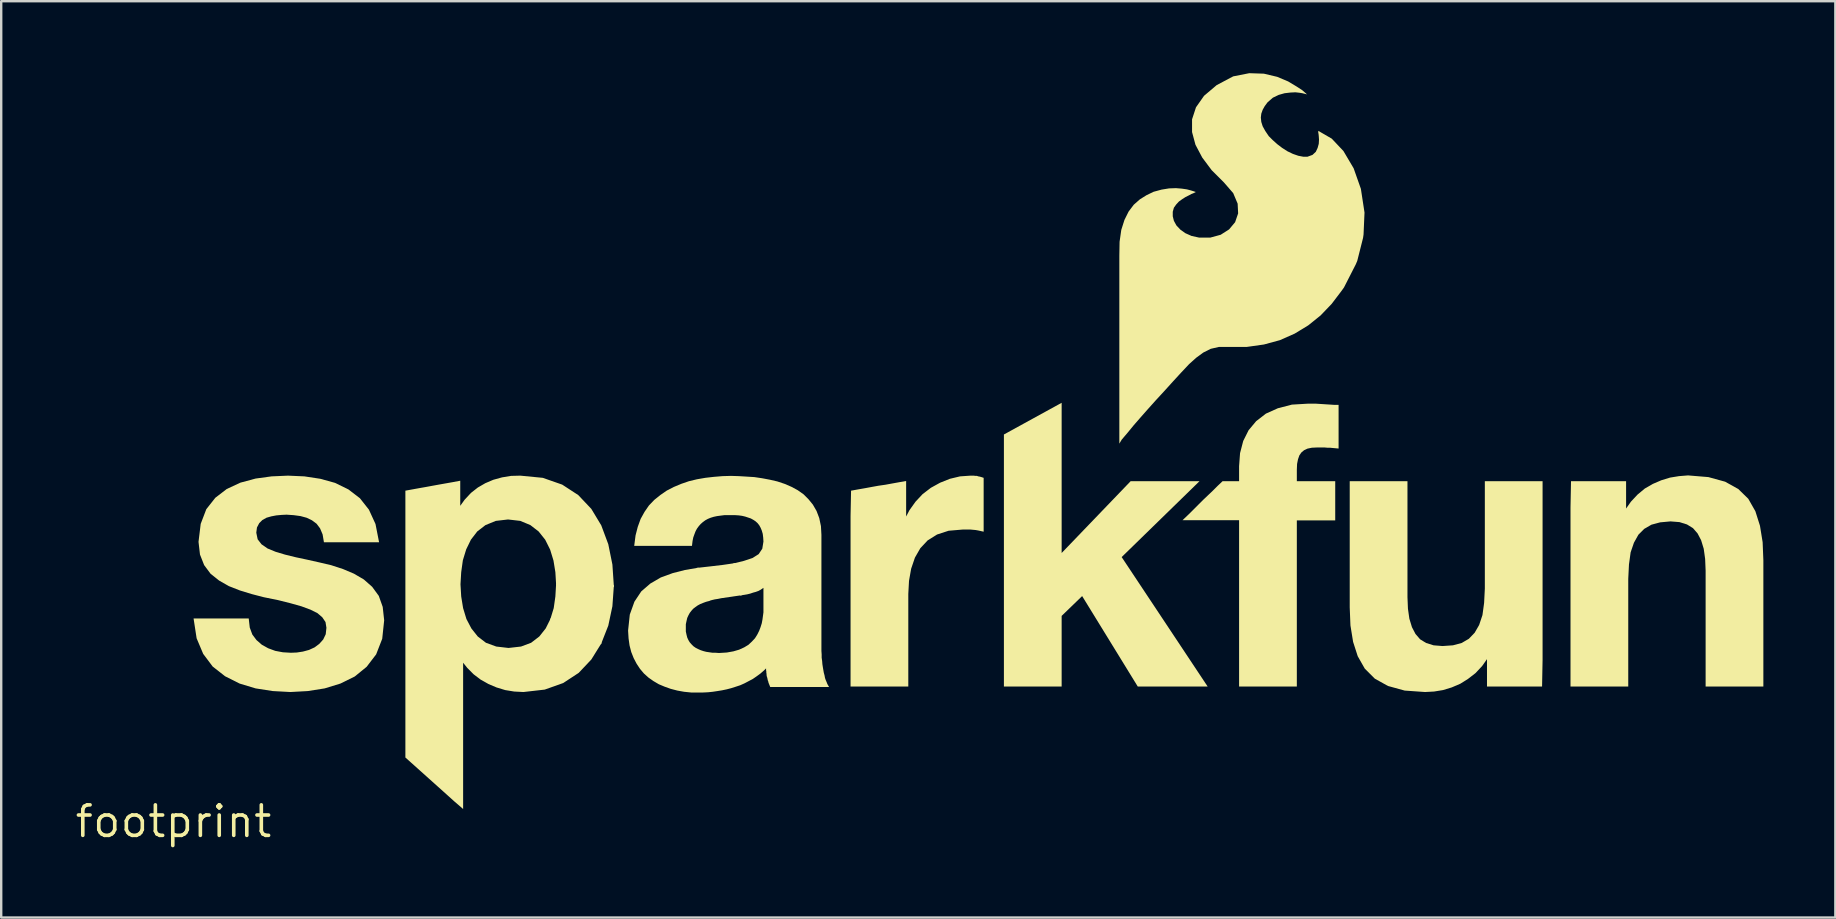
<source format=kicad_pcb>
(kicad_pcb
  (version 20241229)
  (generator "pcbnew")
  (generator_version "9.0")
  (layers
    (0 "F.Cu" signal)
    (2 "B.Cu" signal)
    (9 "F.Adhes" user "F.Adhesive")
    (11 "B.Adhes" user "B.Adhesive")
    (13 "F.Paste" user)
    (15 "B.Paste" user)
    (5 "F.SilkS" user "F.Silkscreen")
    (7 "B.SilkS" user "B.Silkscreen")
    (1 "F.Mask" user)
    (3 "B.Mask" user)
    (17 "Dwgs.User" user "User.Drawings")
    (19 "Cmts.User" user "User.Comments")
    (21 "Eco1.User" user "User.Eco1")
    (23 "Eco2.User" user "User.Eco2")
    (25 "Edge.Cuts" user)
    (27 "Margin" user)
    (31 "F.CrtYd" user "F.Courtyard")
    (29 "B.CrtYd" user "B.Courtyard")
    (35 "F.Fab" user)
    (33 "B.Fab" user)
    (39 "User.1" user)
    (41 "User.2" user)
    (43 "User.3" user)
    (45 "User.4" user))
  (footprint "footprint"
    (layer "F.Cu")
    (at 4.18 31.178)
    (property "Reference" "footprint" (at 0 0 0) (layer "F.SilkS") (effects (font (size 1.27 1.27) (thickness 0.15))))
    (fp_poly (pts (xy 18.351 -9.847) (xy 18.288 -8.965) (xy 18.117 -8.159) (xy 17.81 -7.378) (xy 15.694 -8.4) (xy 15.843 -8.888) (xy 15.912 -9.374) (xy 15.944 -9.919)) (stroke (width 0) (type solid)) (fill yes) (layer "F.SilkS"))
    (fp_poly (pts (xy 37.008 -11.185) (xy 39.884 -14.178) (xy 42.754 -14.178) (xy 39.509 -11.015) (xy 43.091 -5.622) (xy 40.179 -5.622) (xy 37.862 -9.39) (xy 37.008 -8.564) (xy 37.008 -5.622) (xy 34.602 -5.622) (xy 34.602 -16.123) (xy 37.008 -17.444)) (stroke (width 0) (type solid)) (fill yes) (layer "F.SilkS"))
    (fp_poly (pts (xy 23.696 -9.428) (xy 23.515 -9.402) (xy 23.376 -9.382) (xy 23.246 -9.362) (xy 22.827 -9.302) (xy 22.687 -9.273) (xy 22.557 -9.253) (xy 22.43 -9.223) (xy 22.266 -9.173) (xy 21.799 -10.563) (xy 22.376 -10.628) (xy 22.885 -10.688) (xy 23.4 -10.763)) (stroke (width 0) (type solid)) (fill yes) (layer "F.SilkS"))
    (fp_poly (pts (xy 51.418 -9.351) (xy 51.438 -8.863) (xy 51.497 -8.448) (xy 51.605 -8.094) (xy 51.752 -7.812) (xy 51.945 -7.589) (xy 52.196 -7.435) (xy 52.507 -7.338) (xy 52.88 -7.308) (xy 53.314 -7.338) (xy 53.675 -7.435) (xy 53.976 -7.61) (xy 54.219 -7.863) (xy 54.405 -8.186) (xy 54.543 -8.599) (xy 54.612 -9.104) (xy 54.642 -9.701) (xy 54.642 -14.178) (xy 57.048 -14.178) (xy 57.048 -6.72) (xy 57.027 -5.622) (xy 54.732 -5.622) (xy 54.732 -6.762) (xy 54.53 -6.476) (xy 54.256 -6.182) (xy 53.942 -5.939) (xy 53.618 -5.736) (xy 53.263 -5.584) (xy 52.899 -5.473) (xy 52.524 -5.412) (xy 52.15 -5.392) (xy 51.304 -5.452) (xy 50.605 -5.644) (xy 50.057 -5.949) (xy 49.639 -6.367) (xy 49.345 -6.885) (xy 49.153 -7.481) (xy 49.042 -8.166) (xy 49.012 -8.919) (xy 49.012 -14.178) (xy 51.418 -14.178)) (stroke (width 0) (type solid)) (fill yes) (layer "F.SilkS"))
    (fp_poly (pts (xy 63.957 -14.348) (xy 64.655 -14.156) (xy 65.203 -13.851) (xy 65.62 -13.444) (xy 65.915 -12.925) (xy 66.107 -12.319) (xy 66.218 -11.634) (xy 66.248 -10.881) (xy 66.248 -5.622) (xy 63.842 -5.622) (xy 63.842 -10.449) (xy 63.822 -10.937) (xy 63.763 -11.362) (xy 63.655 -11.716) (xy 63.508 -11.998) (xy 63.315 -12.221) (xy 63.064 -12.375) (xy 62.753 -12.472) (xy 62.38 -12.502) (xy 61.947 -12.462) (xy 61.585 -12.365) (xy 61.283 -12.19) (xy 61.041 -11.947) (xy 60.855 -11.614) (xy 60.717 -11.211) (xy 60.648 -10.706) (xy 60.618 -10.109) (xy 60.618 -5.622) (xy 58.212 -5.622) (xy 58.212 -13.09) (xy 58.233 -14.178) (xy 60.528 -14.178) (xy 60.528 -13.038) (xy 60.73 -13.324) (xy 61.004 -13.618) (xy 61.308 -13.871) (xy 61.643 -14.064) (xy 61.997 -14.216) (xy 62.361 -14.327) (xy 62.735 -14.388) (xy 63.11 -14.418)) (stroke (width 0) (type solid)) (fill yes) (layer "F.SilkS"))
    (fp_poly (pts (xy 33.413 -14.398) (xy 33.476 -14.398) (xy 33.539 -14.377) (xy 33.598 -14.367) (xy 33.671 -14.346) (xy 33.758 -14.317) (xy 33.758 -12.073) (xy 33.622 -12.103) (xy 33.532 -12.123) (xy 33.425 -12.142) (xy 33.208 -12.162) (xy 32.882 -12.162) (xy 32.298 -12.112) (xy 31.816 -11.955) (xy 31.424 -11.71) (xy 31.121 -11.387) (xy 30.895 -10.994) (xy 30.737 -10.53) (xy 30.648 -10.026) (xy 30.618 -9.479) (xy 30.618 -5.622) (xy 28.212 -5.622) (xy 28.212 -12.73) (xy 28.233 -13.782) (xy 28.543 -13.838) (xy 28.823 -13.887) (xy 29.093 -13.937) (xy 29.374 -13.988) (xy 29.654 -14.028) (xy 29.923 -14.077) (xy 30.203 -14.128) (xy 30.528 -14.186) (xy 30.528 -12.705) (xy 30.667 -12.97) (xy 30.92 -13.324) (xy 31.214 -13.638) (xy 31.559 -13.902) (xy 31.944 -14.114) (xy 32.348 -14.276) (xy 32.774 -14.378) (xy 33.209 -14.408) (xy 33.343 -14.408)) (stroke (width 0) (type solid)) (fill yes) (layer "F.SilkS"))
    (fp_poly (pts (xy 47.742 -17.398) (xy 47.902 -17.388) (xy 48.052 -17.378) (xy 48.212 -17.368) (xy 48.361 -17.358) (xy 48.548 -17.358) (xy 48.548 -15.538) (xy 48.397 -15.552) (xy 48.286 -15.562) (xy 48.188 -15.572) (xy 48.078 -15.572) (xy 47.968 -15.582) (xy 47.651 -15.582) (xy 47.435 -15.572) (xy 47.252 -15.534) (xy 47.111 -15.468) (xy 46.998 -15.374) (xy 46.914 -15.253) (xy 46.857 -15.09) (xy 46.818 -14.895) (xy 46.808 -14.649) (xy 46.808 -14.178) (xy 48.408 -14.178) (xy 48.408 -12.542) (xy 46.808 -12.542) (xy 46.808 -5.622) (xy 44.402 -5.622) (xy 44.402 -12.552) (xy 42.045 -12.552) (xy 42.313 -12.807) (xy 42.703 -13.197) (xy 42.903 -13.397) (xy 43.104 -13.588) (xy 43.303 -13.777) (xy 43.503 -13.977) (xy 43.715 -14.178) (xy 44.402 -14.178) (xy 44.402 -14.801) (xy 44.442 -15.346) (xy 44.574 -15.853) (xy 44.798 -16.301) (xy 45.113 -16.678) (xy 45.52 -16.993) (xy 46.017 -17.216) (xy 46.604 -17.368) (xy 47.279 -17.408) (xy 47.591 -17.408)) (stroke (width 0) (type solid)) (fill yes) (layer "F.SilkS"))
    (fp_poly (pts (xy 15.388 -14.317) (xy 16.197 -14.034) (xy 16.865 -13.599) (xy 17.41 -13.023) (xy 17.824 -12.337) (xy 18.117 -11.55) (xy 18.288 -10.705) (xy 18.351 -9.771) (xy 15.944 -9.843) (xy 15.912 -10.386) (xy 15.833 -10.871) (xy 15.694 -11.326) (xy 15.488 -11.739) (xy 15.213 -12.083) (xy 14.871 -12.347) (xy 14.45 -12.523) (xy 13.94 -12.582) (xy 13.43 -12.523) (xy 12.999 -12.347) (xy 12.657 -12.083) (xy 12.393 -11.74) (xy 12.196 -11.336) (xy 12.057 -10.882) (xy 11.988 -10.386) (xy 11.958 -9.88) (xy 11.988 -9.374) (xy 12.067 -8.889) (xy 12.205 -8.435) (xy 12.412 -8.041) (xy 12.677 -7.707) (xy 13.019 -7.444) (xy 13.449 -7.287) (xy 13.96 -7.228) (xy 14.481 -7.287) (xy 14.901 -7.444) (xy 15.243 -7.707) (xy 15.508 -8.041) (xy 15.723 -8.471) (xy 17.845 -7.446) (xy 17.41 -6.747) (xy 16.885 -6.191) (xy 16.237 -5.766) (xy 15.469 -5.493) (xy 14.581 -5.392) (xy 14.196 -5.412) (xy 13.821 -5.473) (xy 13.457 -5.584) (xy 13.123 -5.726) (xy 12.799 -5.908) (xy 12.505 -6.131) (xy 12.242 -6.395) (xy 12.068 -6.613) (xy 12.068 -0.517) (xy 11.705 -0.831) (xy 11.415 -1.092) (xy 9.965 -2.392) (xy 9.662 -2.663) (xy 9.662 -13.782) (xy 9.963 -13.837) (xy 10.243 -13.888) (xy 10.523 -13.937) (xy 10.793 -13.987) (xy 11.073 -14.038) (xy 11.633 -14.137) (xy 11.948 -14.196) (xy 11.948 -13.15) (xy 12.13 -13.404) (xy 12.394 -13.688) (xy 12.679 -13.912) (xy 12.993 -14.094) (xy 13.327 -14.236) (xy 13.692 -14.337) (xy 14.066 -14.398) (xy 14.451 -14.408)) (stroke (width 0) (type solid)) (fill yes) (layer "F.SilkS"))
    (fp_poly (pts (xy 5.454 -14.378) (xy 6.118 -14.277) (xy 6.734 -14.106) (xy 7.29 -13.833) (xy 7.767 -13.467) (xy 8.143 -12.99) (xy 8.417 -12.392) (xy 8.566 -11.632) (xy 6.268 -11.632) (xy 6.213 -11.959) (xy 6.107 -12.211) (xy 5.963 -12.403) (xy 5.77 -12.547) (xy 5.547 -12.654) (xy 5.292 -12.723) (xy 5.006 -12.762) (xy 4.71 -12.782) (xy 4.503 -12.772) (xy 4.285 -12.752) (xy 4.079 -12.713) (xy 3.875 -12.655) (xy 3.703 -12.559) (xy 3.571 -12.427) (xy 3.477 -12.248) (xy 3.449 -12.031) (xy 3.506 -11.756) (xy 3.667 -11.548) (xy 3.918 -11.374) (xy 4.253 -11.236) (xy 4.65 -11.117) (xy 5.098 -11.007) (xy 5.568 -10.907) (xy 6.059 -10.797) (xy 6.57 -10.677) (xy 7.063 -10.516) (xy 7.517 -10.324) (xy 7.932 -10.081) (xy 8.278 -9.776) (xy 8.554 -9.398) (xy 8.717 -8.939) (xy 8.778 -8.38) (xy 8.697 -7.611) (xy 8.444 -6.961) (xy 8.048 -6.443) (xy 7.551 -6.038) (xy 6.954 -5.744) (xy 6.299 -5.543) (xy 5.594 -5.432) (xy 4.87 -5.392) (xy 4.136 -5.432) (xy 3.422 -5.543) (xy 2.756 -5.744) (xy 2.15 -6.048) (xy 1.633 -6.453) (xy 1.237 -6.981) (xy 0.963 -7.63) (xy 0.836 -8.458) (xy 3.134 -8.458) (xy 3.177 -8.079) (xy 3.284 -7.788) (xy 3.458 -7.556) (xy 3.682 -7.361) (xy 3.946 -7.215) (xy 4.24 -7.107) (xy 4.555 -7.048) (xy 4.89 -7.028) (xy 5.136 -7.038) (xy 5.392 -7.077) (xy 5.647 -7.146) (xy 5.88 -7.253) (xy 6.074 -7.398) (xy 6.238 -7.581) (xy 6.343 -7.801) (xy 6.372 -8.069) (xy 6.334 -8.306) (xy 6.201 -8.504) (xy 5.999 -8.678) (xy 5.705 -8.825) (xy 5.328 -8.964) (xy 4.87 -9.093) (xy 4.352 -9.223) (xy 3.761 -9.343) (xy 3.26 -9.473) (xy 2.767 -9.624) (xy 2.303 -9.806) (xy 1.898 -10.038) (xy 1.542 -10.323) (xy 1.276 -10.681) (xy 1.103 -11.121) (xy 1.042 -11.65) (xy 1.133 -12.399) (xy 1.366 -13.009) (xy 1.743 -13.487) (xy 2.22 -13.853) (xy 2.787 -14.116) (xy 3.422 -14.287) (xy 4.087 -14.378) (xy 4.77 -14.408)) (stroke (width 0) (type solid)) (fill yes) (layer "F.SilkS"))
    (fp_poly (pts (xy 45.435 -31.158) (xy 45.992 -31.026) (xy 46.447 -30.834) (xy 46.8 -30.622) (xy 47.033 -30.47) (xy 47.234 -30.295) (xy 47.042 -30.343) (xy 46.925 -30.362) (xy 46.749 -30.382) (xy 46.543 -30.372) (xy 46.297 -30.343) (xy 46.053 -30.274) (xy 45.811 -30.158) (xy 45.588 -29.964) (xy 45.472 -29.809) (xy 45.385 -29.654) (xy 45.327 -29.491) (xy 45.308 -29.33) (xy 45.327 -29.148) (xy 45.385 -28.965) (xy 45.493 -28.77) (xy 45.639 -28.554) (xy 45.806 -28.388) (xy 45.994 -28.219) (xy 46.202 -28.061) (xy 46.419 -27.923) (xy 46.645 -27.815) (xy 46.87 -27.737) (xy 47.074 -27.698) (xy 47.253 -27.698) (xy 47.46 -27.773) (xy 47.599 -27.903) (xy 47.674 -28.063) (xy 47.722 -28.236) (xy 47.732 -28.41) (xy 47.722 -28.557) (xy 47.712 -28.653) (xy 47.702 -28.695) (xy 47.702 -28.776) (xy 48.264 -28.45) (xy 48.751 -27.933) (xy 49.175 -27.216) (xy 49.477 -26.359) (xy 49.628 -25.372) (xy 49.588 -24.456) (xy 49.567 -24.313) (xy 49.326 -23.358) (xy 49.265 -23.214) (xy 48.773 -22.25) (xy 48.671 -22.107) (xy 48.259 -21.565) (xy 47.796 -21.082) (xy 47.282 -20.669) (xy 46.718 -20.326) (xy 46.103 -20.054) (xy 45.438 -19.873) (xy 44.723 -19.772) (xy 43.564 -19.772) (xy 43.223 -19.694) (xy 42.91 -19.537) (xy 42.614 -19.32) (xy 42.317 -19.053) (xy 41.998 -18.714) (xy 41.658 -18.344) (xy 41.278 -17.924) (xy 40.918 -17.534) (xy 40.588 -17.165) (xy 40.279 -16.815) (xy 40.009 -16.505) (xy 39.789 -16.236) (xy 39.619 -16.035) (xy 39.511 -15.908) (xy 39.412 -15.742) (xy 39.412 -23.57) (xy 39.422 -24.153) (xy 39.493 -24.649) (xy 39.625 -25.064) (xy 39.797 -25.41) (xy 40.012 -25.696) (xy 40.267 -25.921) (xy 40.542 -26.093) (xy 40.837 -26.236) (xy 41.172 -26.327) (xy 41.486 -26.378) (xy 41.771 -26.388) (xy 42.014 -26.368) (xy 42.228 -26.337) (xy 42.38 -26.297) (xy 42.482 -26.266) (xy 42.599 -26.227) (xy 42.495 -26.175) (xy 42.416 -26.145) (xy 42.308 -26.086) (xy 42.169 -26.017) (xy 42.031 -25.928) (xy 41.895 -25.831) (xy 41.78 -25.706) (xy 41.685 -25.573) (xy 41.638 -25.405) (xy 41.638 -25.215) (xy 41.686 -25.024) (xy 41.791 -24.833) (xy 41.955 -24.659) (xy 42.159 -24.513) (xy 42.422 -24.396) (xy 42.734 -24.328) (xy 43.205 -24.328) (xy 43.634 -24.445) (xy 43.985 -24.669) (xy 44.236 -24.969) (xy 44.362 -25.335) (xy 44.342 -25.741) (xy 44.157 -26.18) (xy 43.772 -26.624) (xy 43.261 -27.135) (xy 42.868 -27.66) (xy 42.584 -28.196) (xy 42.442 -28.725) (xy 42.442 -29.256) (xy 42.606 -29.757) (xy 42.942 -30.236) (xy 43.469 -30.682) (xy 44.157 -31.046) (xy 44.827 -31.178)) (stroke (width 0) (type solid)) (fill yes) (layer "F.SilkS"))
    (fp_poly (pts (xy 23.552 -14.388) (xy 23.882 -14.368) (xy 24.204 -14.348) (xy 24.536 -14.298) (xy 24.858 -14.237) (xy 25.16 -14.167) (xy 25.464 -14.066) (xy 25.747 -13.944) (xy 26.01 -13.802) (xy 26.255 -13.629) (xy 26.458 -13.426) (xy 26.641 -13.202) (xy 26.795 -12.936) (xy 26.907 -12.641) (xy 26.978 -12.305) (xy 26.998 -11.941) (xy 26.998 -7.101) (xy 27.008 -6.961) (xy 27.008 -6.823) (xy 27.028 -6.684) (xy 27.038 -6.554) (xy 27.058 -6.426) (xy 27.078 -6.306) (xy 27.097 -6.198) (xy 27.127 -6.088) (xy 27.147 -5.979) (xy 27.176 -5.894) (xy 27.215 -5.804) (xy 27.245 -5.726) (xy 27.316 -5.602) (xy 24.864 -5.602) (xy 24.815 -5.726) (xy 24.793 -5.779) (xy 24.783 -5.829) (xy 24.763 -5.879) (xy 24.743 -5.98) (xy 24.723 -6.04) (xy 24.712 -6.096) (xy 24.712 -6.146) (xy 24.702 -6.196) (xy 24.702 -6.247) (xy 24.692 -6.307) (xy 24.692 -6.378) (xy 24.606 -6.292) (xy 24.454 -6.16) (xy 24.302 -6.049) (xy 24.14 -5.937) (xy 23.968 -5.846) (xy 23.797 -5.756) (xy 23.614 -5.674) (xy 23.432 -5.614) (xy 23.241 -5.553) (xy 23.049 -5.503) (xy 22.857 -5.463) (xy 22.666 -5.432) (xy 22.465 -5.402) (xy 22.273 -5.382) (xy 22.071 -5.372) (xy 21.568 -5.372) (xy 21.275 -5.402) (xy 20.992 -5.453) (xy 20.719 -5.524) (xy 20.466 -5.614) (xy 20.223 -5.716) (xy 19.999 -5.848) (xy 19.796 -5.99) (xy 19.603 -6.163) (xy 19.439 -6.357) (xy 19.297 -6.571) (xy 19.175 -6.804) (xy 19.074 -7.058) (xy 19.003 -7.333) (xy 18.962 -7.626) (xy 18.942 -7.951) (xy 19.013 -8.619) (xy 19.206 -9.157) (xy 19.491 -9.585) (xy 19.868 -9.911) (xy 20.304 -10.165) (xy 20.799 -10.346) (xy 21.312 -10.477) (xy 21.876 -10.573) (xy 22.339 -9.195) (xy 22.172 -9.144) (xy 22.064 -9.104) (xy 21.946 -9.056) (xy 21.84 -8.998) (xy 21.743 -8.929) (xy 21.656 -8.862) (xy 21.579 -8.776) (xy 21.512 -8.689) (xy 21.454 -8.583) (xy 21.406 -8.478) (xy 21.377 -8.352) (xy 21.348 -8.216) (xy 21.348 -7.914) (xy 21.377 -7.779) (xy 21.406 -7.663) (xy 21.454 -7.558) (xy 21.511 -7.463) (xy 21.588 -7.376) (xy 21.665 -7.299) (xy 21.76 -7.233) (xy 21.856 -7.184) (xy 21.964 -7.136) (xy 22.081 -7.097) (xy 22.198 -7.067) (xy 22.326 -7.048) (xy 22.463 -7.028) (xy 22.591 -7.028) (xy 22.73 -7.018) (xy 23.055 -7.038) (xy 23.331 -7.087) (xy 23.567 -7.156) (xy 23.782 -7.254) (xy 23.957 -7.36) (xy 24.103 -7.497) (xy 24.23 -7.633) (xy 24.327 -7.789) (xy 24.405 -7.945) (xy 24.464 -8.102) (xy 24.513 -8.259) (xy 24.542 -8.416) (xy 24.582 -8.713) (xy 24.582 -9.734) (xy 24.562 -9.719) (xy 24.47 -9.657) (xy 24.376 -9.605) (xy 24.262 -9.564) (xy 24.151 -9.534) (xy 24.031 -9.493) (xy 23.908 -9.463) (xy 23.786 -9.442) (xy 23.61 -9.417) (xy 23.325 -10.748) (xy 23.769 -10.857) (xy 24.124 -10.975) (xy 24.383 -11.138) (xy 24.534 -11.364) (xy 24.582 -11.662) (xy 24.572 -11.827) (xy 24.553 -11.982) (xy 24.514 -12.117) (xy 24.466 -12.234) (xy 24.408 -12.339) (xy 24.332 -12.434) (xy 24.247 -12.51) (xy 24.16 -12.567) (xy 24.055 -12.625) (xy 23.82 -12.703) (xy 23.693 -12.733) (xy 23.556 -12.752) (xy 23.409 -12.762) (xy 22.952 -12.762) (xy 22.795 -12.742) (xy 22.647 -12.722) (xy 22.51 -12.693) (xy 22.383 -12.654) (xy 22.266 -12.606) (xy 22.16 -12.548) (xy 22.054 -12.47) (xy 21.967 -12.393) (xy 21.89 -12.306) (xy 21.812 -12.2) (xy 21.755 -12.094) (xy 21.706 -11.967) (xy 21.657 -11.83) (xy 21.628 -11.684) (xy 21.604 -11.482) (xy 19.197 -11.482) (xy 19.253 -11.917) (xy 19.344 -12.271) (xy 19.465 -12.606) (xy 19.628 -12.9) (xy 19.81 -13.164) (xy 20.034 -13.398) (xy 20.287 -13.601) (xy 20.55 -13.783) (xy 20.844 -13.935) (xy 21.156 -14.066) (xy 21.479 -14.177) (xy 21.812 -14.257) (xy 22.165 -14.318) (xy 22.516 -14.358) (xy 22.878 -14.388) (xy 23.23 -14.398)) (stroke (width 0) (type solid)) (fill yes) (layer "F.SilkS")))
  (gr_rect
    (start -3 -3)
    (end 73.428 35.184)
    (stroke (width 0.1) (type default))
    (fill no)
    (layer "Edge.Cuts")))
</source>
